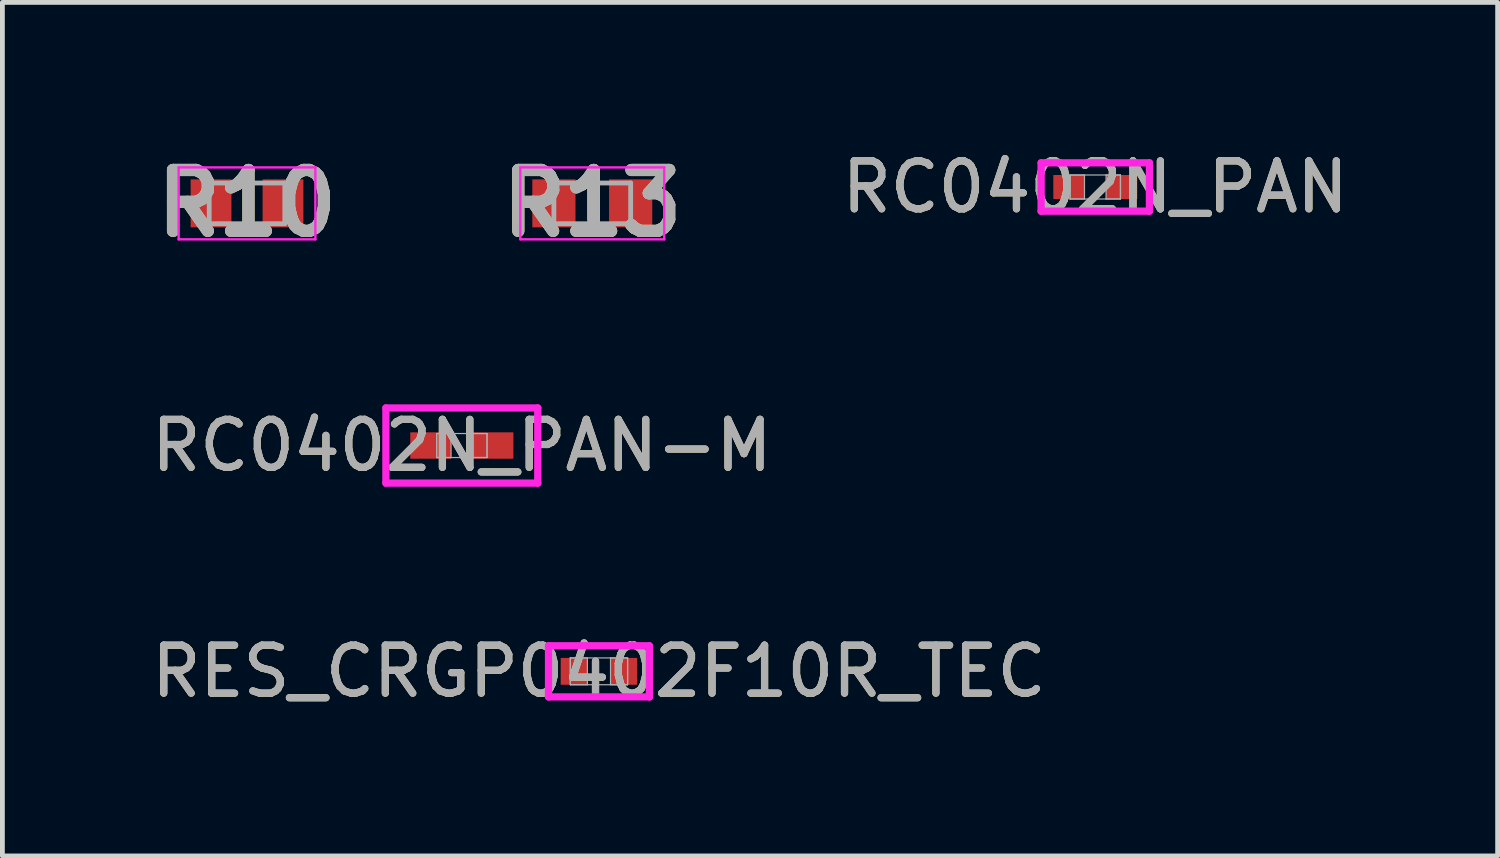
<source format=kicad_pcb>
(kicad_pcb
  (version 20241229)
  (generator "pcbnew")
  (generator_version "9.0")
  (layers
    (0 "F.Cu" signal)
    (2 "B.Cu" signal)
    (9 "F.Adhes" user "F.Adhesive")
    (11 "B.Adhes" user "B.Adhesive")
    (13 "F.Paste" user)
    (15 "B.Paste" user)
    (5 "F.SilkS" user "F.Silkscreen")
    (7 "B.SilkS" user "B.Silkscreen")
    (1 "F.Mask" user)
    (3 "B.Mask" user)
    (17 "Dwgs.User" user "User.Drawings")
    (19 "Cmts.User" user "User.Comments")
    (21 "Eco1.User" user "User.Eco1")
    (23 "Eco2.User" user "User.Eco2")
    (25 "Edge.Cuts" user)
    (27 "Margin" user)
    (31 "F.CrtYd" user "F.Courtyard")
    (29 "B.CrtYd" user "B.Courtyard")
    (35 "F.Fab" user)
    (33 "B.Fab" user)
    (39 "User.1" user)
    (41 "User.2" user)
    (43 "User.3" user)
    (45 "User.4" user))
  (footprint "R13"
    (layer "F.Cu")
    (at 9.296 1.189)
    (property "Reference" "R13" (at 0 0 0) (layer "F.SilkS") (effects (font (size 1.27 1.27) (thickness 0.254))))
    (attr smd)
    (fp_line (start 0 -0.325) (end 0 0.325) (stroke (width 0.2) (type solid)) (layer "F.SilkS"))
    (fp_line (start -1.5 -0.75) (end 1.5 -0.75) (stroke (width 0.05) (type solid)) (layer "F.CrtYd"))
    (fp_line (start -1.5 0.75) (end -1.5 -0.75) (stroke (width 0.05) (type solid)) (layer "F.CrtYd"))
    (fp_line (start 1.5 -0.75) (end 1.5 0.75) (stroke (width 0.05) (type solid)) (layer "F.CrtYd"))
    (fp_line (start 1.5 0.75) (end -1.5 0.75) (stroke (width 0.05) (type solid)) (layer "F.CrtYd"))
    (fp_line (start -0.8 -0.425) (end 0.8 -0.425) (stroke (width 0.1) (type solid)) (layer "F.Fab"))
    (fp_line (start -0.8 0.425) (end -0.8 -0.425) (stroke (width 0.1) (type solid)) (layer "F.Fab"))
    (fp_line (start 0.8 -0.425) (end 0.8 0.425) (stroke (width 0.1) (type solid)) (layer "F.Fab"))
    (fp_line (start 0.8 0.425) (end -0.8 0.425) (stroke (width 0.1) (type solid)) (layer "F.Fab"))
    (fp_text user "${REFERENCE}" (at 0 0 0) (layer "F.Fab") (effects (font (size 1.27 1.27) (thickness 0.254))))
    (pad "1" smd rect (at -0.8 0) (size 0.9 1) (layers "F.Cu" "F.Mask" "F.Paste"))
    (pad "2" smd rect (at 0.8 0) (size 0.9 1) (layers "F.Cu" "F.Mask" "F.Paste")))
  (footprint "RC0402N_PAN-M"
    (layer "F.Cu")
    (at 6.577 6.237)
    (property "Reference" "RC0402N_PAN-M" (at 0 0 0) (unlocked yes) (layer "F.SilkS") (effects (font (size 1 1) (thickness 0.15))))
    (attr smd)
    (fp_line (start -1.583 -0.783) (end 1.583 -0.783) (stroke (width 0.152) (type solid)) (layer "F.CrtYd"))
    (fp_line (start -1.583 0.783) (end -1.583 -0.783) (stroke (width 0.152) (type solid)) (layer "F.CrtYd"))
    (fp_line (start 1.583 -0.783) (end 1.583 0.783) (stroke (width 0.152) (type solid)) (layer "F.CrtYd"))
    (fp_line (start 1.583 0.783) (end -1.583 0.783) (stroke (width 0.152) (type solid)) (layer "F.CrtYd"))
    (fp_line (start -0.525 -0.25) (end -0.525 0.25) (stroke (width 0.025) (type solid)) (layer "F.Fab"))
    (fp_line (start -0.525 -0.25) (end -0.525 0.25) (stroke (width 0.025) (type solid)) (layer "F.Fab"))
    (fp_line (start -0.525 0.25) (end -0.225 0.25) (stroke (width 0.025) (type solid)) (layer "F.Fab"))
    (fp_line (start -0.525 0.25) (end 0.525 0.25) (stroke (width 0.025) (type solid)) (layer "F.Fab"))
    (fp_line (start -0.225 -0.25) (end -0.525 -0.25) (stroke (width 0.025) (type solid)) (layer "F.Fab"))
    (fp_line (start -0.225 0.25) (end -0.225 -0.25) (stroke (width 0.025) (type solid)) (layer "F.Fab"))
    (fp_line (start 0.225 -0.25) (end 0.225 0.25) (stroke (width 0.025) (type solid)) (layer "F.Fab"))
    (fp_line (start 0.225 0.25) (end 0.525 0.25) (stroke (width 0.025) (type solid)) (layer "F.Fab"))
    (fp_line (start 0.525 -0.25) (end -0.525 -0.25) (stroke (width 0.025) (type solid)) (layer "F.Fab"))
    (fp_line (start 0.525 -0.25) (end 0.225 -0.25) (stroke (width 0.025) (type solid)) (layer "F.Fab"))
    (fp_line (start 0.525 0.25) (end 0.525 -0.25) (stroke (width 0.025) (type solid)) (layer "F.Fab"))
    (fp_line (start 0.525 0.25) (end 0.525 -0.25) (stroke (width 0.025) (type solid)) (layer "F.Fab"))
    (fp_text user "${REFERENCE}" (at 0 0 0) (unlocked yes) (layer "F.Fab") (effects (font (size 1 1) (thickness 0.15))))
    (pad "1" smd rect (at -0.65 0) (size 0.85 0.55) (layers "F.Cu" "F.Mask" "F.Paste"))
    (pad "2" smd rect (at 0.65 0) (size 0.85 0.55) (layers "F.Cu" "F.Mask" "F.Paste"))
    (zone (net_name "") (layer "F.Cu") (hatch full 0.508) (connect_pads) (min_thickness 0.254) (filled_areas_thickness no) (keepout (tracks not_allowed) (vias not_allowed) (pads allowed) (copperpour not_allowed) (footprints allowed)) (placement (enabled no)) (fill) (polygon (pts (xy 6.403 6.037) (xy 6.752 6.037) (xy 6.752 6.436) (xy 6.403 6.436)))))
  (footprint "RES_CRGP0402F10R_TEC"
    (layer "F.Cu")
    (at 9.435 10.944)
    (property "Reference" "RES_CRGP0402F10R_TEC" (at 0 0 0) (unlocked yes) (layer "F.SilkS") (effects (font (size 1 1) (thickness 0.15))))
    (attr smd)
    (fp_line (start -1.051 -0.533) (end 1.051 -0.533) (stroke (width 0.152) (type solid)) (layer "F.CrtYd"))
    (fp_line (start -1.051 0.533) (end -1.051 -0.533) (stroke (width 0.152) (type solid)) (layer "F.CrtYd"))
    (fp_line (start 1.051 -0.533) (end 1.051 0.533) (stroke (width 0.152) (type solid)) (layer "F.CrtYd"))
    (fp_line (start 1.051 0.533) (end -1.051 0.533) (stroke (width 0.152) (type solid)) (layer "F.CrtYd"))
    (fp_line (start -0.597 -0.279) (end -0.597 0.279) (stroke (width 0.025) (type solid)) (layer "F.Fab"))
    (fp_line (start -0.597 -0.279) (end -0.597 0.279) (stroke (width 0.025) (type solid)) (layer "F.Fab"))
    (fp_line (start -0.597 0.279) (end -0.241 0.279) (stroke (width 0.025) (type solid)) (layer "F.Fab"))
    (fp_line (start -0.597 0.279) (end 0.597 0.279) (stroke (width 0.025) (type solid)) (layer "F.Fab"))
    (fp_line (start -0.241 -0.279) (end -0.597 -0.279) (stroke (width 0.025) (type solid)) (layer "F.Fab"))
    (fp_line (start -0.241 0.279) (end -0.241 -0.279) (stroke (width 0.025) (type solid)) (layer "F.Fab"))
    (fp_line (start 0.241 -0.279) (end 0.241 0.279) (stroke (width 0.025) (type solid)) (layer "F.Fab"))
    (fp_line (start 0.241 0.279) (end 0.597 0.279) (stroke (width 0.025) (type solid)) (layer "F.Fab"))
    (fp_line (start 0.597 -0.279) (end -0.597 -0.279) (stroke (width 0.025) (type solid)) (layer "F.Fab"))
    (fp_line (start 0.597 -0.279) (end 0.241 -0.279) (stroke (width 0.025) (type solid)) (layer "F.Fab"))
    (fp_line (start 0.597 0.279) (end 0.597 -0.279) (stroke (width 0.025) (type solid)) (layer "F.Fab"))
    (fp_line (start 0.597 0.279) (end 0.597 -0.279) (stroke (width 0.025) (type solid)) (layer "F.Fab"))
    (fp_text user "${REFERENCE}" (at 0 0 0) (unlocked yes) (layer "F.Fab") (effects (font (size 1 1) (thickness 0.15))))
    (pad "1" smd rect (at -0.519 0) (size 0.556 0.559) (layers "F.Cu" "F.Mask" "F.Paste"))
    (pad "2" smd rect (at 0.519 0) (size 0.556 0.559) (layers "F.Cu" "F.Mask" "F.Paste"))
    (zone (net_name "") (layer "F.Cu") (hatch full 0.508) (connect_pads) (min_thickness 0.254) (filled_areas_thickness no) (keepout (tracks not_allowed) (vias not_allowed) (pads allowed) (copperpour not_allowed) (footprints allowed)) (placement (enabled no)) (fill) (polygon (pts (xy 9.244 10.715) (xy 9.625 10.715) (xy 9.625 11.173) (xy 9.244 11.173)))))
  (footprint "R10"
    (layer "F.Cu")
    (at 2.099 1.189)
    (property "Reference" "R10" (at 0 0 0) (layer "F.SilkS") (effects (font (size 1.27 1.27) (thickness 0.254))))
    (attr smd)
    (fp_line (start -1.425 -0.75) (end 1.425 -0.75) (stroke (width 0.05) (type solid)) (layer "F.CrtYd"))
    (fp_line (start -1.425 0.75) (end -1.425 -0.75) (stroke (width 0.05) (type solid)) (layer "F.CrtYd"))
    (fp_line (start 1.425 -0.75) (end 1.425 0.75) (stroke (width 0.05) (type solid)) (layer "F.CrtYd"))
    (fp_line (start 1.425 0.75) (end -1.425 0.75) (stroke (width 0.05) (type solid)) (layer "F.CrtYd"))
    (fp_line (start -0.788 -0.425) (end 0.788 -0.425) (stroke (width 0.1) (type solid)) (layer "F.Fab"))
    (fp_line (start -0.788 0.425) (end -0.788 -0.425) (stroke (width 0.1) (type solid)) (layer "F.Fab"))
    (fp_line (start 0.788 -0.425) (end 0.788 0.425) (stroke (width 0.1) (type solid)) (layer "F.Fab"))
    (fp_line (start 0.788 0.425) (end -0.788 0.425) (stroke (width 0.1) (type solid)) (layer "F.Fab"))
    (fp_text user "${REFERENCE}" (at 0 0 0) (layer "F.Fab") (effects (font (size 1.27 1.27) (thickness 0.254))))
    (pad "1" smd rect (at -0.75 0) (size 0.85 1) (layers "F.Cu" "F.Mask" "F.Paste"))
    (pad "2" smd rect (at 0.75 0) (size 0.85 1) (layers "F.Cu" "F.Mask" "F.Paste")))
  (footprint "RC0402N_PAN"
    (layer "F.Cu")
    (at 19.781 0.848)
    (property "Reference" "RC0402N_PAN" (at 0 0 0) (unlocked yes) (layer "F.SilkS") (effects (font (size 1 1) (thickness 0.15))))
    (attr smd)
    (fp_line (start -1.129 -0.504) (end 1.129 -0.504) (stroke (width 0.152) (type solid)) (layer "F.CrtYd"))
    (fp_line (start -1.129 0.504) (end -1.129 -0.504) (stroke (width 0.152) (type solid)) (layer "F.CrtYd"))
    (fp_line (start 1.129 -0.504) (end 1.129 0.504) (stroke (width 0.152) (type solid)) (layer "F.CrtYd"))
    (fp_line (start 1.129 0.504) (end -1.129 0.504) (stroke (width 0.152) (type solid)) (layer "F.CrtYd"))
    (fp_line (start -0.525 -0.25) (end -0.525 0.25) (stroke (width 0.025) (type solid)) (layer "F.Fab"))
    (fp_line (start -0.525 -0.25) (end -0.525 0.25) (stroke (width 0.025) (type solid)) (layer "F.Fab"))
    (fp_line (start -0.525 0.25) (end -0.225 0.25) (stroke (width 0.025) (type solid)) (layer "F.Fab"))
    (fp_line (start -0.525 0.25) (end 0.525 0.25) (stroke (width 0.025) (type solid)) (layer "F.Fab"))
    (fp_line (start -0.225 -0.25) (end -0.525 -0.25) (stroke (width 0.025) (type solid)) (layer "F.Fab"))
    (fp_line (start -0.225 0.25) (end -0.225 -0.25) (stroke (width 0.025) (type solid)) (layer "F.Fab"))
    (fp_line (start 0.225 -0.25) (end 0.225 0.25) (stroke (width 0.025) (type solid)) (layer "F.Fab"))
    (fp_line (start 0.225 0.25) (end 0.525 0.25) (stroke (width 0.025) (type solid)) (layer "F.Fab"))
    (fp_line (start 0.525 -0.25) (end -0.525 -0.25) (stroke (width 0.025) (type solid)) (layer "F.Fab"))
    (fp_line (start 0.525 -0.25) (end 0.225 -0.25) (stroke (width 0.025) (type solid)) (layer "F.Fab"))
    (fp_line (start 0.525 0.25) (end 0.525 -0.25) (stroke (width 0.025) (type solid)) (layer "F.Fab"))
    (fp_line (start 0.525 0.25) (end 0.525 -0.25) (stroke (width 0.025) (type solid)) (layer "F.Fab"))
    (fp_text user "${REFERENCE}" (at 0 0 0) (unlocked yes) (layer "F.Fab") (effects (font (size 1 1) (thickness 0.15))))
    (pad "1" smd rect (at -0.55 0) (size 0.65 0.5) (layers "F.Cu" "F.Mask" "F.Paste"))
    (pad "2" smd rect (at 0.55 0) (size 0.65 0.5) (layers "F.Cu" "F.Mask" "F.Paste"))
    (zone (net_name "") (layer "F.Cu") (hatch full 0.508) (connect_pads) (min_thickness 0.254) (filled_areas_thickness no) (keepout (tracks not_allowed) (vias not_allowed) (pads allowed) (copperpour not_allowed) (footprints allowed)) (placement (enabled no)) (fill) (polygon (pts (xy 19.607 0.649) (xy 19.955 0.649) (xy 19.955 1.047) (xy 19.607 1.047)))))
  (gr_rect
    (start -3 -3)
    (end 28.168 14.792)
    (stroke (width 0.1) (type default))
    (fill no)
    (layer "Edge.Cuts")))
</source>
